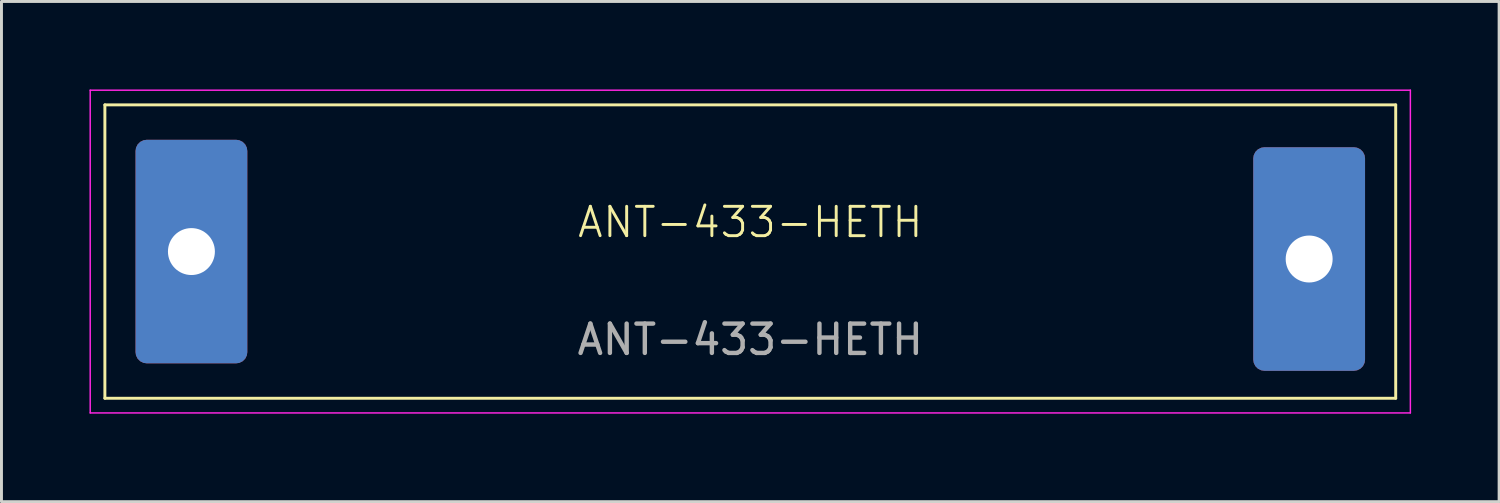
<source format=kicad_pcb>
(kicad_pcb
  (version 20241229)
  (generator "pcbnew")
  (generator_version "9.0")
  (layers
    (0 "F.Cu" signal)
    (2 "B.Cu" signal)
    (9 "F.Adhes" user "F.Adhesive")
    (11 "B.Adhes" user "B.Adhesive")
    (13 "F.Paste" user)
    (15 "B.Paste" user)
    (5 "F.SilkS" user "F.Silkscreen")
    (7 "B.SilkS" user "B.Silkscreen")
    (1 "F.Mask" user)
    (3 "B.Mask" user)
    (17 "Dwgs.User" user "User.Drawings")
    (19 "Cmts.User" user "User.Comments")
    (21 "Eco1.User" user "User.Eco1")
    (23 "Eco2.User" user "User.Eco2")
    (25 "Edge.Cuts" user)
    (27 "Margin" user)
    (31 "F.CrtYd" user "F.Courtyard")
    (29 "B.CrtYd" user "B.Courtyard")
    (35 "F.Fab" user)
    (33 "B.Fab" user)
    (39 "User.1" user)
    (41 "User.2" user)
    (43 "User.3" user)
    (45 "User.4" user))
  (footprint "ANT-433-HETH"
    (layer "F.Cu")
    (at 22.525 5.525)
    (property "Reference" "ANT-433-HETH" (at 0 -1 0) (layer "F.SilkS") (effects (font (size 1 1) (thickness 0.1))))
    (attr smd)
    (fp_line (start -22 -5) (end -22 5) (stroke (width 0.1) (type default)) (layer "F.SilkS"))
    (fp_line (start 22 -5) (end -22 -5) (stroke (width 0.1) (type default)) (layer "F.SilkS"))
    (fp_line (start 22 5) (end -22 5) (stroke (width 0.1) (type default)) (layer "F.SilkS"))
    (fp_line (start 22 5) (end 22 -5) (stroke (width 0.1) (type default)) (layer "F.SilkS"))
    (fp_line (start -22.5 -5.5) (end 22.5 -5.5) (stroke (width 0.05) (type default)) (layer "F.CrtYd"))
    (fp_line (start -22.5 5.5) (end -22.5 -5.5) (stroke (width 0.05) (type default)) (layer "F.CrtYd"))
    (fp_line (start 22.5 -5.5) (end 22.5 5.5) (stroke (width 0.05) (type default)) (layer "F.CrtYd"))
    (fp_line (start 22.5 5.5) (end -22.5 5.5) (stroke (width 0.05) (type default)) (layer "F.CrtYd"))
    (fp_text user "${REFERENCE}" (at 0 3 0) (unlocked yes) (layer "F.Fab") (effects (font (size 1 1) (thickness 0.15))))
    (pad "1" thru_hole roundrect (at -19.05 0 90) (size 7.62 3.81) (drill 1.6) (layers "*.Cu" "*.Mask") (roundrect_rratio 0.1))
    (pad "2" thru_hole roundrect (at 19.05 0.254 90) (size 7.62 3.81) (drill 1.6) (layers "*.Cu" "*.Mask") (roundrect_rratio 0.1)))
  (gr_rect
    (start -3 -3)
    (end 48.05 14.05)
    (stroke (width 0.1) (type default))
    (fill no)
    (layer "Edge.Cuts")))
</source>
